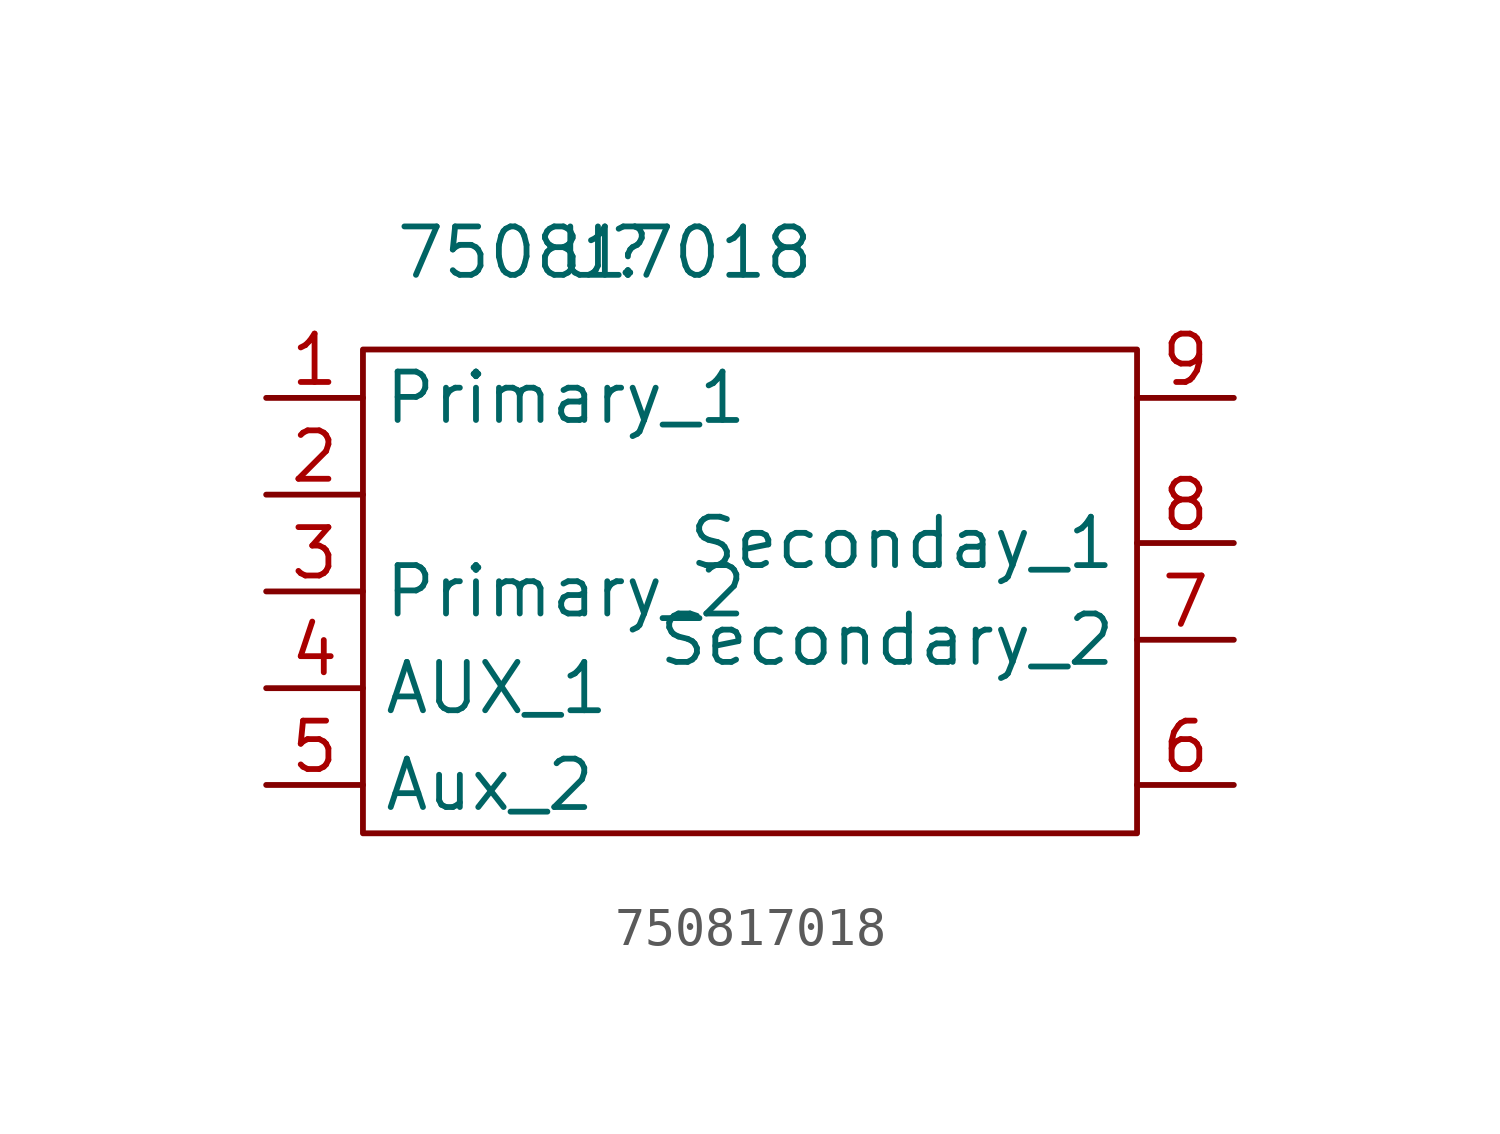
<source format=kicad_sym>
(kicad_symbol_lib
  (version 20211014)
  (generator kicad_symbol_editor)
  (symbol "750817018"
    (property "Reference" "U"
      (at 0 0 0)
      (effects (font (size 1.27 1.27))))
    (property "Value" "750817018"
      (at 0 0 0)
      (effects (font (size 1.27 1.27))))
    (symbol "750817018_0_1"
      (rectangle (start -6.35 -2.54) (end 13.97 -15.24) (stroke (width 0) (type default) (color 0 0 0 0)) (fill (type none))))
    (symbol "750817018_1_1"
      (pin input line (at -8.89 -3.81 0) (length 2.54) (name "Primary_1" (effects (font (size 1.27 1.27)))) (number "1" (effects (font (size 1.27 1.27)))))
      (pin input line (at -8.89 -6.35 0) (length 2.54) (name "" (effects (font (size 1.27 1.27)))) (number "2" (effects (font (size 1.27 1.27)))))
      (pin input line (at -8.89 -8.89 0) (length 2.54) (name "Primary_2" (effects (font (size 1.27 1.27)))) (number "3" (effects (font (size 1.27 1.27)))))
      (pin input line (at -8.89 -11.43 0) (length 2.54) (name "AUX_1" (effects (font (size 1.27 1.27)))) (number "4" (effects (font (size 1.27 1.27)))))
      (pin input line (at -8.89 -13.97 0) (length 2.54) (name "Aux_2" (effects (font (size 1.27 1.27)))) (number "5" (effects (font (size 1.27 1.27)))))
      (pin input line (at 16.51 -13.97 180) (length 2.54) (name "" (effects (font (size 1.27 1.27)))) (number "6" (effects (font (size 1.27 1.27)))))
      (pin output line (at 16.51 -10.16 180) (length 2.54) (name "Secondary_2" (effects (font (size 1.27 1.27)))) (number "7" (effects (font (size 1.27 1.27)))))
      (pin output line (at 16.51 -7.62 180) (length 2.54) (name "Seconday_1" (effects (font (size 1.27 1.27)))) (number "8" (effects (font (size 1.27 1.27)))))
      (pin input line (at 16.51 -3.81 180) (length 2.54) (name "" (effects (font (size 1.27 1.27)))) (number "9" (effects (font (size 1.27 1.27))))))))
</source>
